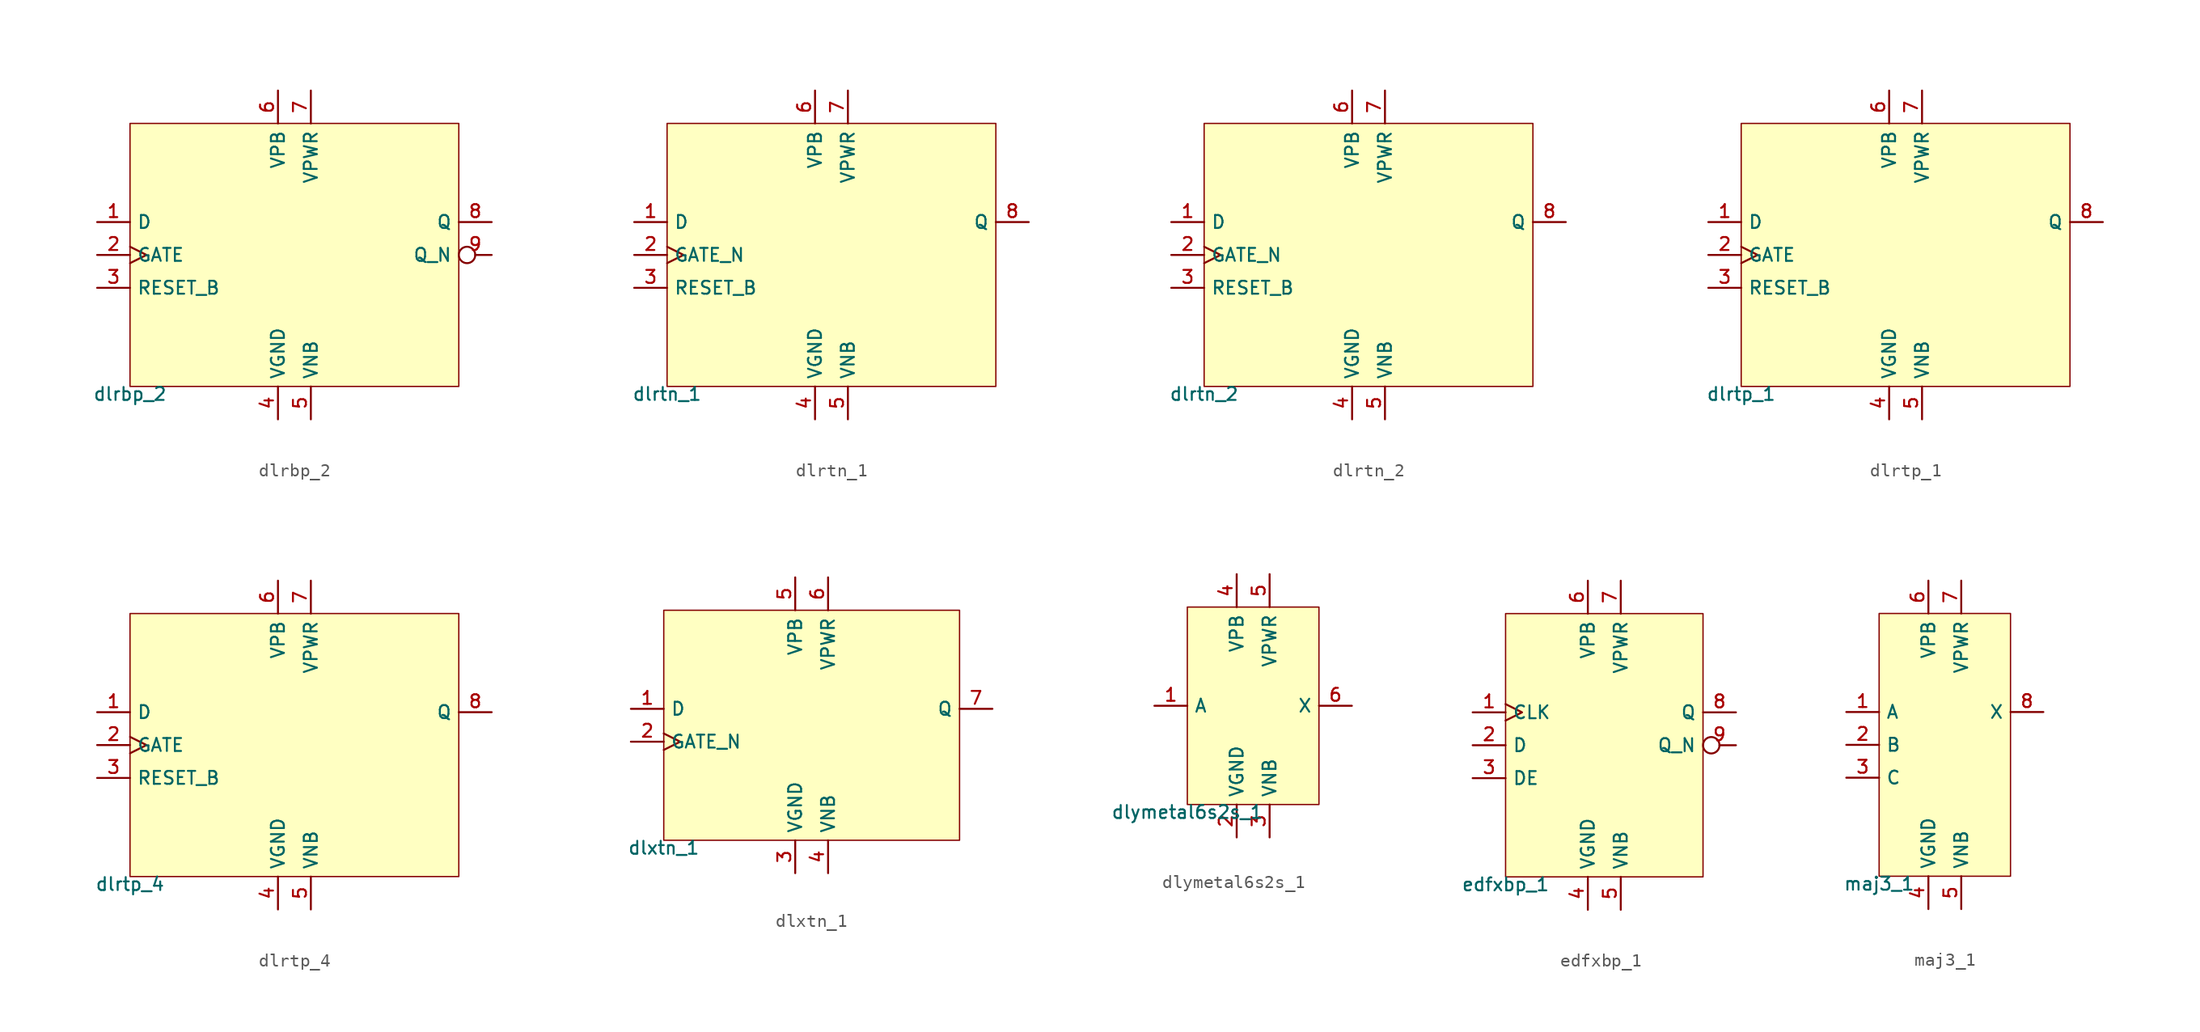
<source format=kicad_sym>
(kicad_symbol_lib
  (version 20211014)
  (generator pdk2kicad)
  (symbol "dlrbp_2"
    (property "Reference" "X"
      (at 0 0 0)
      (effects (font (size 1 1)) hide))
    (property "Value" "dlrbp_2"
      (at -12.7 -10.16 0)
      (effects (font (size 1 1)) (justify top)))
    (rectangle
      (start -12.7 -10.16)
      (end 12.7 10.16)
      (stroke (width 0.1) (type solid) (color 0 0 0 0))
      (fill (type background)))
    (pin input line
      (at -15.24 2.54 0)
      (length 2.54)
      (name "D" (effects (font (size 1 1)) hide))
      (number "1" (effects (font (size 1 1)) hide)))
    (pin input clock
      (at -15.24 0.0 0)
      (length 2.54)
      (name "GATE" (effects (font (size 1 1)) hide))
      (number "2" (effects (font (size 1 1)) hide)))
    (pin input line
      (at -15.24 -2.54 0)
      (length 2.54)
      (name "RESET_B" (effects (font (size 1 1)) hide))
      (number "3" (effects (font (size 1 1)) hide)))
    (pin power_in line
      (at -1.27 -12.7 90)
      (length 2.54)
      (name "VGND" (effects (font (size 1 1)) hide))
      (number "4" (effects (font (size 1 1)) hide)))
    (pin power_in line
      (at 1.27 -12.7 90)
      (length 2.54)
      (name "VNB" (effects (font (size 1 1)) hide))
      (number "5" (effects (font (size 1 1)) hide)))
    (pin power_in line
      (at -1.27 12.7 270)
      (length 2.54)
      (name "VPB" (effects (font (size 1 1)) hide))
      (number "6" (effects (font (size 1 1)) hide)))
    (pin power_in line
      (at 1.27 12.7 270)
      (length 2.54)
      (name "VPWR" (effects (font (size 1 1)) hide))
      (number "7" (effects (font (size 1 1)) hide)))
    (pin output line
      (at 15.24 2.54 180)
      (length 2.54)
      (name "Q" (effects (font (size 1 1)) hide))
      (number "8" (effects (font (size 1 1)) hide)))
    (pin output inverted
      (at 15.24 0.0 180)
      (length 2.54)
      (name "Q_N" (effects (font (size 1 1)) hide))
      (number "9" (effects (font (size 1 1)) hide))))
  (symbol "dlrtn_1"
    (property "Reference" "X"
      (at 0 0 0)
      (effects (font (size 1 1)) hide))
    (property "Value" "dlrtn_1"
      (at -12.7 -10.16 0)
      (effects (font (size 1 1)) (justify top)))
    (rectangle
      (start -12.7 -10.16)
      (end 12.7 10.16)
      (stroke (width 0.1) (type solid) (color 0 0 0 0))
      (fill (type background)))
    (pin input line
      (at -15.24 2.54 0)
      (length 2.54)
      (name "D" (effects (font (size 1 1)) hide))
      (number "1" (effects (font (size 1 1)) hide)))
    (pin input clock
      (at -15.24 0.0 0)
      (length 2.54)
      (name "GATE_N" (effects (font (size 1 1)) hide))
      (number "2" (effects (font (size 1 1)) hide)))
    (pin input line
      (at -15.24 -2.54 0)
      (length 2.54)
      (name "RESET_B" (effects (font (size 1 1)) hide))
      (number "3" (effects (font (size 1 1)) hide)))
    (pin power_in line
      (at -1.27 -12.7 90)
      (length 2.54)
      (name "VGND" (effects (font (size 1 1)) hide))
      (number "4" (effects (font (size 1 1)) hide)))
    (pin power_in line
      (at 1.27 -12.7 90)
      (length 2.54)
      (name "VNB" (effects (font (size 1 1)) hide))
      (number "5" (effects (font (size 1 1)) hide)))
    (pin power_in line
      (at -1.27 12.7 270)
      (length 2.54)
      (name "VPB" (effects (font (size 1 1)) hide))
      (number "6" (effects (font (size 1 1)) hide)))
    (pin power_in line
      (at 1.27 12.7 270)
      (length 2.54)
      (name "VPWR" (effects (font (size 1 1)) hide))
      (number "7" (effects (font (size 1 1)) hide)))
    (pin output line
      (at 15.24 2.54 180)
      (length 2.54)
      (name "Q" (effects (font (size 1 1)) hide))
      (number "8" (effects (font (size 1 1)) hide))))
  (symbol "dlrtn_2"
    (property "Reference" "X"
      (at 0 0 0)
      (effects (font (size 1 1)) hide))
    (property "Value" "dlrtn_2"
      (at -12.7 -10.16 0)
      (effects (font (size 1 1)) (justify top)))
    (rectangle
      (start -12.7 -10.16)
      (end 12.7 10.16)
      (stroke (width 0.1) (type solid) (color 0 0 0 0))
      (fill (type background)))
    (pin input line
      (at -15.24 2.54 0)
      (length 2.54)
      (name "D" (effects (font (size 1 1)) hide))
      (number "1" (effects (font (size 1 1)) hide)))
    (pin input clock
      (at -15.24 0.0 0)
      (length 2.54)
      (name "GATE_N" (effects (font (size 1 1)) hide))
      (number "2" (effects (font (size 1 1)) hide)))
    (pin input line
      (at -15.24 -2.54 0)
      (length 2.54)
      (name "RESET_B" (effects (font (size 1 1)) hide))
      (number "3" (effects (font (size 1 1)) hide)))
    (pin power_in line
      (at -1.27 -12.7 90)
      (length 2.54)
      (name "VGND" (effects (font (size 1 1)) hide))
      (number "4" (effects (font (size 1 1)) hide)))
    (pin power_in line
      (at 1.27 -12.7 90)
      (length 2.54)
      (name "VNB" (effects (font (size 1 1)) hide))
      (number "5" (effects (font (size 1 1)) hide)))
    (pin power_in line
      (at -1.27 12.7 270)
      (length 2.54)
      (name "VPB" (effects (font (size 1 1)) hide))
      (number "6" (effects (font (size 1 1)) hide)))
    (pin power_in line
      (at 1.27 12.7 270)
      (length 2.54)
      (name "VPWR" (effects (font (size 1 1)) hide))
      (number "7" (effects (font (size 1 1)) hide)))
    (pin output line
      (at 15.24 2.54 180)
      (length 2.54)
      (name "Q" (effects (font (size 1 1)) hide))
      (number "8" (effects (font (size 1 1)) hide))))
  (symbol "dlrtp_1"
    (property "Reference" "X"
      (at 0 0 0)
      (effects (font (size 1 1)) hide))
    (property "Value" "dlrtp_1"
      (at -12.7 -10.16 0)
      (effects (font (size 1 1)) (justify top)))
    (rectangle
      (start -12.7 -10.16)
      (end 12.7 10.16)
      (stroke (width 0.1) (type solid) (color 0 0 0 0))
      (fill (type background)))
    (pin input line
      (at -15.24 2.54 0)
      (length 2.54)
      (name "D" (effects (font (size 1 1)) hide))
      (number "1" (effects (font (size 1 1)) hide)))
    (pin input clock
      (at -15.24 0.0 0)
      (length 2.54)
      (name "GATE" (effects (font (size 1 1)) hide))
      (number "2" (effects (font (size 1 1)) hide)))
    (pin input line
      (at -15.24 -2.54 0)
      (length 2.54)
      (name "RESET_B" (effects (font (size 1 1)) hide))
      (number "3" (effects (font (size 1 1)) hide)))
    (pin power_in line
      (at -1.27 -12.7 90)
      (length 2.54)
      (name "VGND" (effects (font (size 1 1)) hide))
      (number "4" (effects (font (size 1 1)) hide)))
    (pin power_in line
      (at 1.27 -12.7 90)
      (length 2.54)
      (name "VNB" (effects (font (size 1 1)) hide))
      (number "5" (effects (font (size 1 1)) hide)))
    (pin power_in line
      (at -1.27 12.7 270)
      (length 2.54)
      (name "VPB" (effects (font (size 1 1)) hide))
      (number "6" (effects (font (size 1 1)) hide)))
    (pin power_in line
      (at 1.27 12.7 270)
      (length 2.54)
      (name "VPWR" (effects (font (size 1 1)) hide))
      (number "7" (effects (font (size 1 1)) hide)))
    (pin output line
      (at 15.24 2.54 180)
      (length 2.54)
      (name "Q" (effects (font (size 1 1)) hide))
      (number "8" (effects (font (size 1 1)) hide))))
  (symbol "dlrtp_4"
    (property "Reference" "X"
      (at 0 0 0)
      (effects (font (size 1 1)) hide))
    (property "Value" "dlrtp_4"
      (at -12.7 -10.16 0)
      (effects (font (size 1 1)) (justify top)))
    (rectangle
      (start -12.7 -10.16)
      (end 12.7 10.16)
      (stroke (width 0.1) (type solid) (color 0 0 0 0))
      (fill (type background)))
    (pin input line
      (at -15.24 2.54 0)
      (length 2.54)
      (name "D" (effects (font (size 1 1)) hide))
      (number "1" (effects (font (size 1 1)) hide)))
    (pin input clock
      (at -15.24 0.0 0)
      (length 2.54)
      (name "GATE" (effects (font (size 1 1)) hide))
      (number "2" (effects (font (size 1 1)) hide)))
    (pin input line
      (at -15.24 -2.54 0)
      (length 2.54)
      (name "RESET_B" (effects (font (size 1 1)) hide))
      (number "3" (effects (font (size 1 1)) hide)))
    (pin power_in line
      (at -1.27 -12.7 90)
      (length 2.54)
      (name "VGND" (effects (font (size 1 1)) hide))
      (number "4" (effects (font (size 1 1)) hide)))
    (pin power_in line
      (at 1.27 -12.7 90)
      (length 2.54)
      (name "VNB" (effects (font (size 1 1)) hide))
      (number "5" (effects (font (size 1 1)) hide)))
    (pin power_in line
      (at -1.27 12.7 270)
      (length 2.54)
      (name "VPB" (effects (font (size 1 1)) hide))
      (number "6" (effects (font (size 1 1)) hide)))
    (pin power_in line
      (at 1.27 12.7 270)
      (length 2.54)
      (name "VPWR" (effects (font (size 1 1)) hide))
      (number "7" (effects (font (size 1 1)) hide)))
    (pin output line
      (at 15.24 2.54 180)
      (length 2.54)
      (name "Q" (effects (font (size 1 1)) hide))
      (number "8" (effects (font (size 1 1)) hide))))
  (symbol "dlxtn_1"
    (property "Reference" "X"
      (at 0 0 0)
      (effects (font (size 1 1)) hide))
    (property "Value" "dlxtn_1"
      (at -11.43 -8.89 0)
      (effects (font (size 1 1)) (justify top)))
    (rectangle
      (start -11.43 -8.89)
      (end 11.43 8.89)
      (stroke (width 0.1) (type solid) (color 0 0 0 0))
      (fill (type background)))
    (pin input line
      (at -13.97 1.27 0)
      (length 2.54)
      (name "D" (effects (font (size 1 1)) hide))
      (number "1" (effects (font (size 1 1)) hide)))
    (pin input clock
      (at -13.97 -1.27 0)
      (length 2.54)
      (name "GATE_N" (effects (font (size 1 1)) hide))
      (number "2" (effects (font (size 1 1)) hide)))
    (pin power_in line
      (at -1.27 -11.43 90)
      (length 2.54)
      (name "VGND" (effects (font (size 1 1)) hide))
      (number "3" (effects (font (size 1 1)) hide)))
    (pin power_in line
      (at 1.27 -11.43 90)
      (length 2.54)
      (name "VNB" (effects (font (size 1 1)) hide))
      (number "4" (effects (font (size 1 1)) hide)))
    (pin power_in line
      (at -1.27 11.43 270)
      (length 2.54)
      (name "VPB" (effects (font (size 1 1)) hide))
      (number "5" (effects (font (size 1 1)) hide)))
    (pin power_in line
      (at 1.27 11.43 270)
      (length 2.54)
      (name "VPWR" (effects (font (size 1 1)) hide))
      (number "6" (effects (font (size 1 1)) hide)))
    (pin output line
      (at 13.97 1.27 180)
      (length 2.54)
      (name "Q" (effects (font (size 1 1)) hide))
      (number "7" (effects (font (size 1 1)) hide))))
  (symbol "dlymetal6s2s_1"
    (property "Reference" "X"
      (at 0 0 0)
      (effects (font (size 1 1)) hide))
    (property "Value" "dlymetal6s2s_1"
      (at -5.08 -7.62 0)
      (effects (font (size 1 1)) (justify top)))
    (rectangle
      (start -5.08 -7.62)
      (end 5.08 7.62)
      (stroke (width 0.1) (type solid) (color 0 0 0 0))
      (fill (type background)))
    (pin input line
      (at -7.62 0.0 0)
      (length 2.54)
      (name "A" (effects (font (size 1 1)) hide))
      (number "1" (effects (font (size 1 1)) hide)))
    (pin power_in line
      (at -1.27 -10.16 90)
      (length 2.54)
      (name "VGND" (effects (font (size 1 1)) hide))
      (number "2" (effects (font (size 1 1)) hide)))
    (pin power_in line
      (at 1.27 -10.16 90)
      (length 2.54)
      (name "VNB" (effects (font (size 1 1)) hide))
      (number "3" (effects (font (size 1 1)) hide)))
    (pin power_in line
      (at -1.27 10.16 270)
      (length 2.54)
      (name "VPB" (effects (font (size 1 1)) hide))
      (number "4" (effects (font (size 1 1)) hide)))
    (pin power_in line
      (at 1.27 10.16 270)
      (length 2.54)
      (name "VPWR" (effects (font (size 1 1)) hide))
      (number "5" (effects (font (size 1 1)) hide)))
    (pin output line
      (at 7.62 0.0 180)
      (length 2.54)
      (name "X" (effects (font (size 1 1)) hide))
      (number "6" (effects (font (size 1 1)) hide))))
  (symbol "edfxbp_1"
    (property "Reference" "X"
      (at 0 0 0)
      (effects (font (size 1 1)) hide))
    (property "Value" "edfxbp_1"
      (at -7.62 -10.16 0)
      (effects (font (size 1 1)) (justify top)))
    (rectangle
      (start -7.62 -10.16)
      (end 7.62 10.16)
      (stroke (width 0.1) (type solid) (color 0 0 0 0))
      (fill (type background)))
    (pin input clock
      (at -10.16 2.54 0)
      (length 2.54)
      (name "CLK" (effects (font (size 1 1)) hide))
      (number "1" (effects (font (size 1 1)) hide)))
    (pin input line
      (at -10.16 0.0 0)
      (length 2.54)
      (name "D" (effects (font (size 1 1)) hide))
      (number "2" (effects (font (size 1 1)) hide)))
    (pin input line
      (at -10.16 -2.54 0)
      (length 2.54)
      (name "DE" (effects (font (size 1 1)) hide))
      (number "3" (effects (font (size 1 1)) hide)))
    (pin power_in line
      (at -1.27 -12.7 90)
      (length 2.54)
      (name "VGND" (effects (font (size 1 1)) hide))
      (number "4" (effects (font (size 1 1)) hide)))
    (pin power_in line
      (at 1.27 -12.7 90)
      (length 2.54)
      (name "VNB" (effects (font (size 1 1)) hide))
      (number "5" (effects (font (size 1 1)) hide)))
    (pin power_in line
      (at -1.27 12.7 270)
      (length 2.54)
      (name "VPB" (effects (font (size 1 1)) hide))
      (number "6" (effects (font (size 1 1)) hide)))
    (pin power_in line
      (at 1.27 12.7 270)
      (length 2.54)
      (name "VPWR" (effects (font (size 1 1)) hide))
      (number "7" (effects (font (size 1 1)) hide)))
    (pin output line
      (at 10.16 2.54 180)
      (length 2.54)
      (name "Q" (effects (font (size 1 1)) hide))
      (number "8" (effects (font (size 1 1)) hide)))
    (pin output inverted
      (at 10.16 0.0 180)
      (length 2.54)
      (name "Q_N" (effects (font (size 1 1)) hide))
      (number "9" (effects (font (size 1 1)) hide))))
  (symbol "maj3_1"
    (property "Reference" "X"
      (at 0 0 0)
      (effects (font (size 1 1)) hide))
    (property "Value" "maj3_1"
      (at -5.08 -10.16 0)
      (effects (font (size 1 1)) (justify top)))
    (rectangle
      (start -5.08 -10.16)
      (end 5.08 10.16)
      (stroke (width 0.1) (type solid) (color 0 0 0 0))
      (fill (type background)))
    (pin input line
      (at -7.62 2.54 0)
      (length 2.54)
      (name "A" (effects (font (size 1 1)) hide))
      (number "1" (effects (font (size 1 1)) hide)))
    (pin input line
      (at -7.62 0.0 0)
      (length 2.54)
      (name "B" (effects (font (size 1 1)) hide))
      (number "2" (effects (font (size 1 1)) hide)))
    (pin input line
      (at -7.62 -2.54 0)
      (length 2.54)
      (name "C" (effects (font (size 1 1)) hide))
      (number "3" (effects (font (size 1 1)) hide)))
    (pin power_in line
      (at -1.27 -12.7 90)
      (length 2.54)
      (name "VGND" (effects (font (size 1 1)) hide))
      (number "4" (effects (font (size 1 1)) hide)))
    (pin power_in line
      (at 1.27 -12.7 90)
      (length 2.54)
      (name "VNB" (effects (font (size 1 1)) hide))
      (number "5" (effects (font (size 1 1)) hide)))
    (pin power_in line
      (at -1.27 12.7 270)
      (length 2.54)
      (name "VPB" (effects (font (size 1 1)) hide))
      (number "6" (effects (font (size 1 1)) hide)))
    (pin power_in line
      (at 1.27 12.7 270)
      (length 2.54)
      (name "VPWR" (effects (font (size 1 1)) hide))
      (number "7" (effects (font (size 1 1)) hide)))
    (pin output line
      (at 7.62 2.54 180)
      (length 2.54)
      (name "X" (effects (font (size 1 1)) hide))
      (number "8" (effects (font (size 1 1)) hide)))))
</source>
